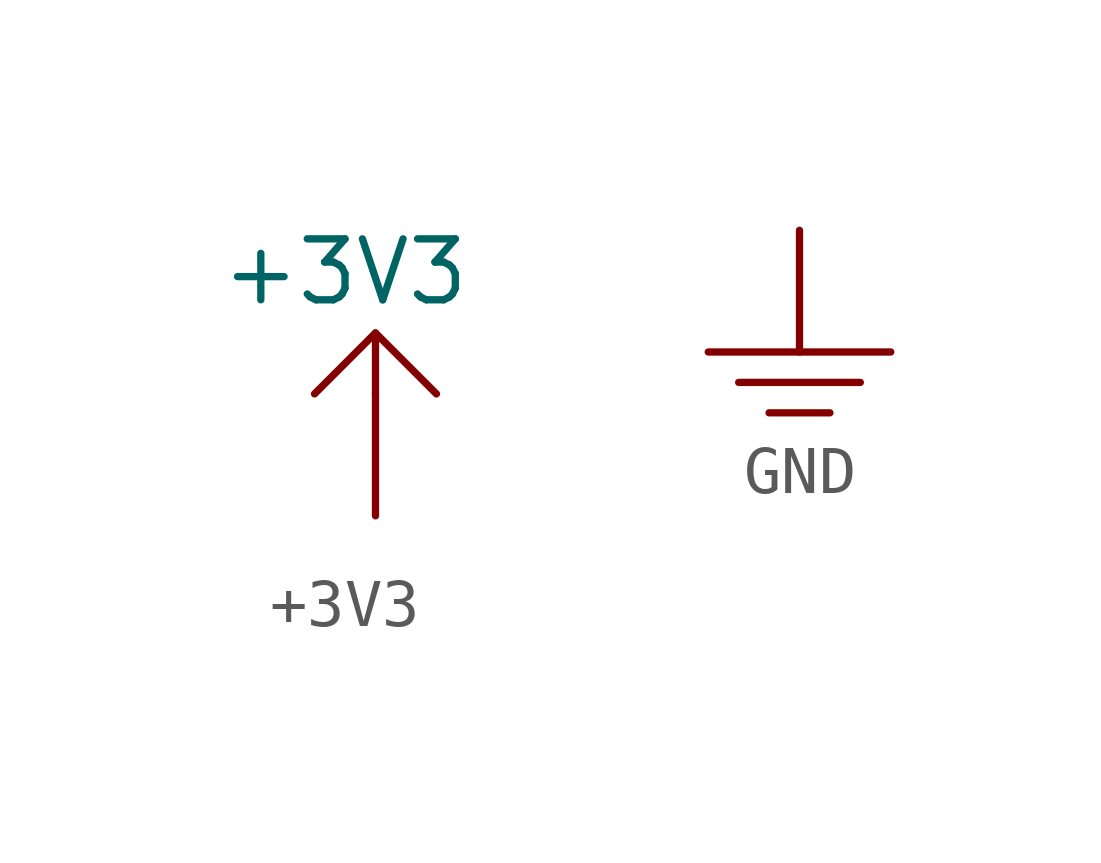
<source format=kicad_sym>
(kicad_symbol_lib
  (version 20220914)
  (generator kicad_symbol_editor)
  (symbol "+3V3"
    (power)
    (pin_numbers hide)
    (pin_names
      (offset 0) hide)
    (property "Reference" "Vcc"
      (at 0 6.985 0)
      (effects (font (size 1.27 1.27)) hide))
    (property "Value" "+3V3"
      (at -0.635 5.08 0)
      (effects (font (size 1.27 1.27))))
    (symbol "+3V3_0_1"
      (polyline (pts (xy 0 3.81) (xy -1.27 2.54)) (stroke (width 0) (type default)) (fill (type none)))
      (polyline (pts (xy 0 2.54) (xy 0 3.81) (xy 1.27 2.54)) (stroke (width 0) (type default)) (fill (type none))))
    (symbol "+3V3_1_1"
      (pin input line (at 0 0 90) (length 2.54) (name "" (effects (font (size 1.27 1.27)))) (number "" (effects (font (size 1.27 1.27)))))))
  (symbol "GND"
    (power)
    (pin_numbers hide)
    (pin_names hide)
    (property "Reference" "G"
      (at 0 -7.62 0)
      (effects (font (size 1.27 1.27)) hide))
    (symbol "GND_0_1"
      (polyline (pts (xy -1.27 -3.175) (xy 1.27 -3.175)) (stroke (width 0) (type default)) (fill (type none)))
      (polyline (pts (xy -0.635 -3.81) (xy 0.635 -3.81)) (stroke (width 0) (type default)) (fill (type none)))
      (polyline (pts (xy 0 -2.54) (xy -1.905 -2.54) (xy 1.905 -2.54)) (stroke (width 0) (type default)) (fill (type none))))
    (symbol "GND_1_1"
      (pin input line (at 0 0 270) (length 2.54) (name "" (effects (font (size 1.27 1.27)))) (number "" (effects (font (size 1.27 1.27))))))))
</source>
